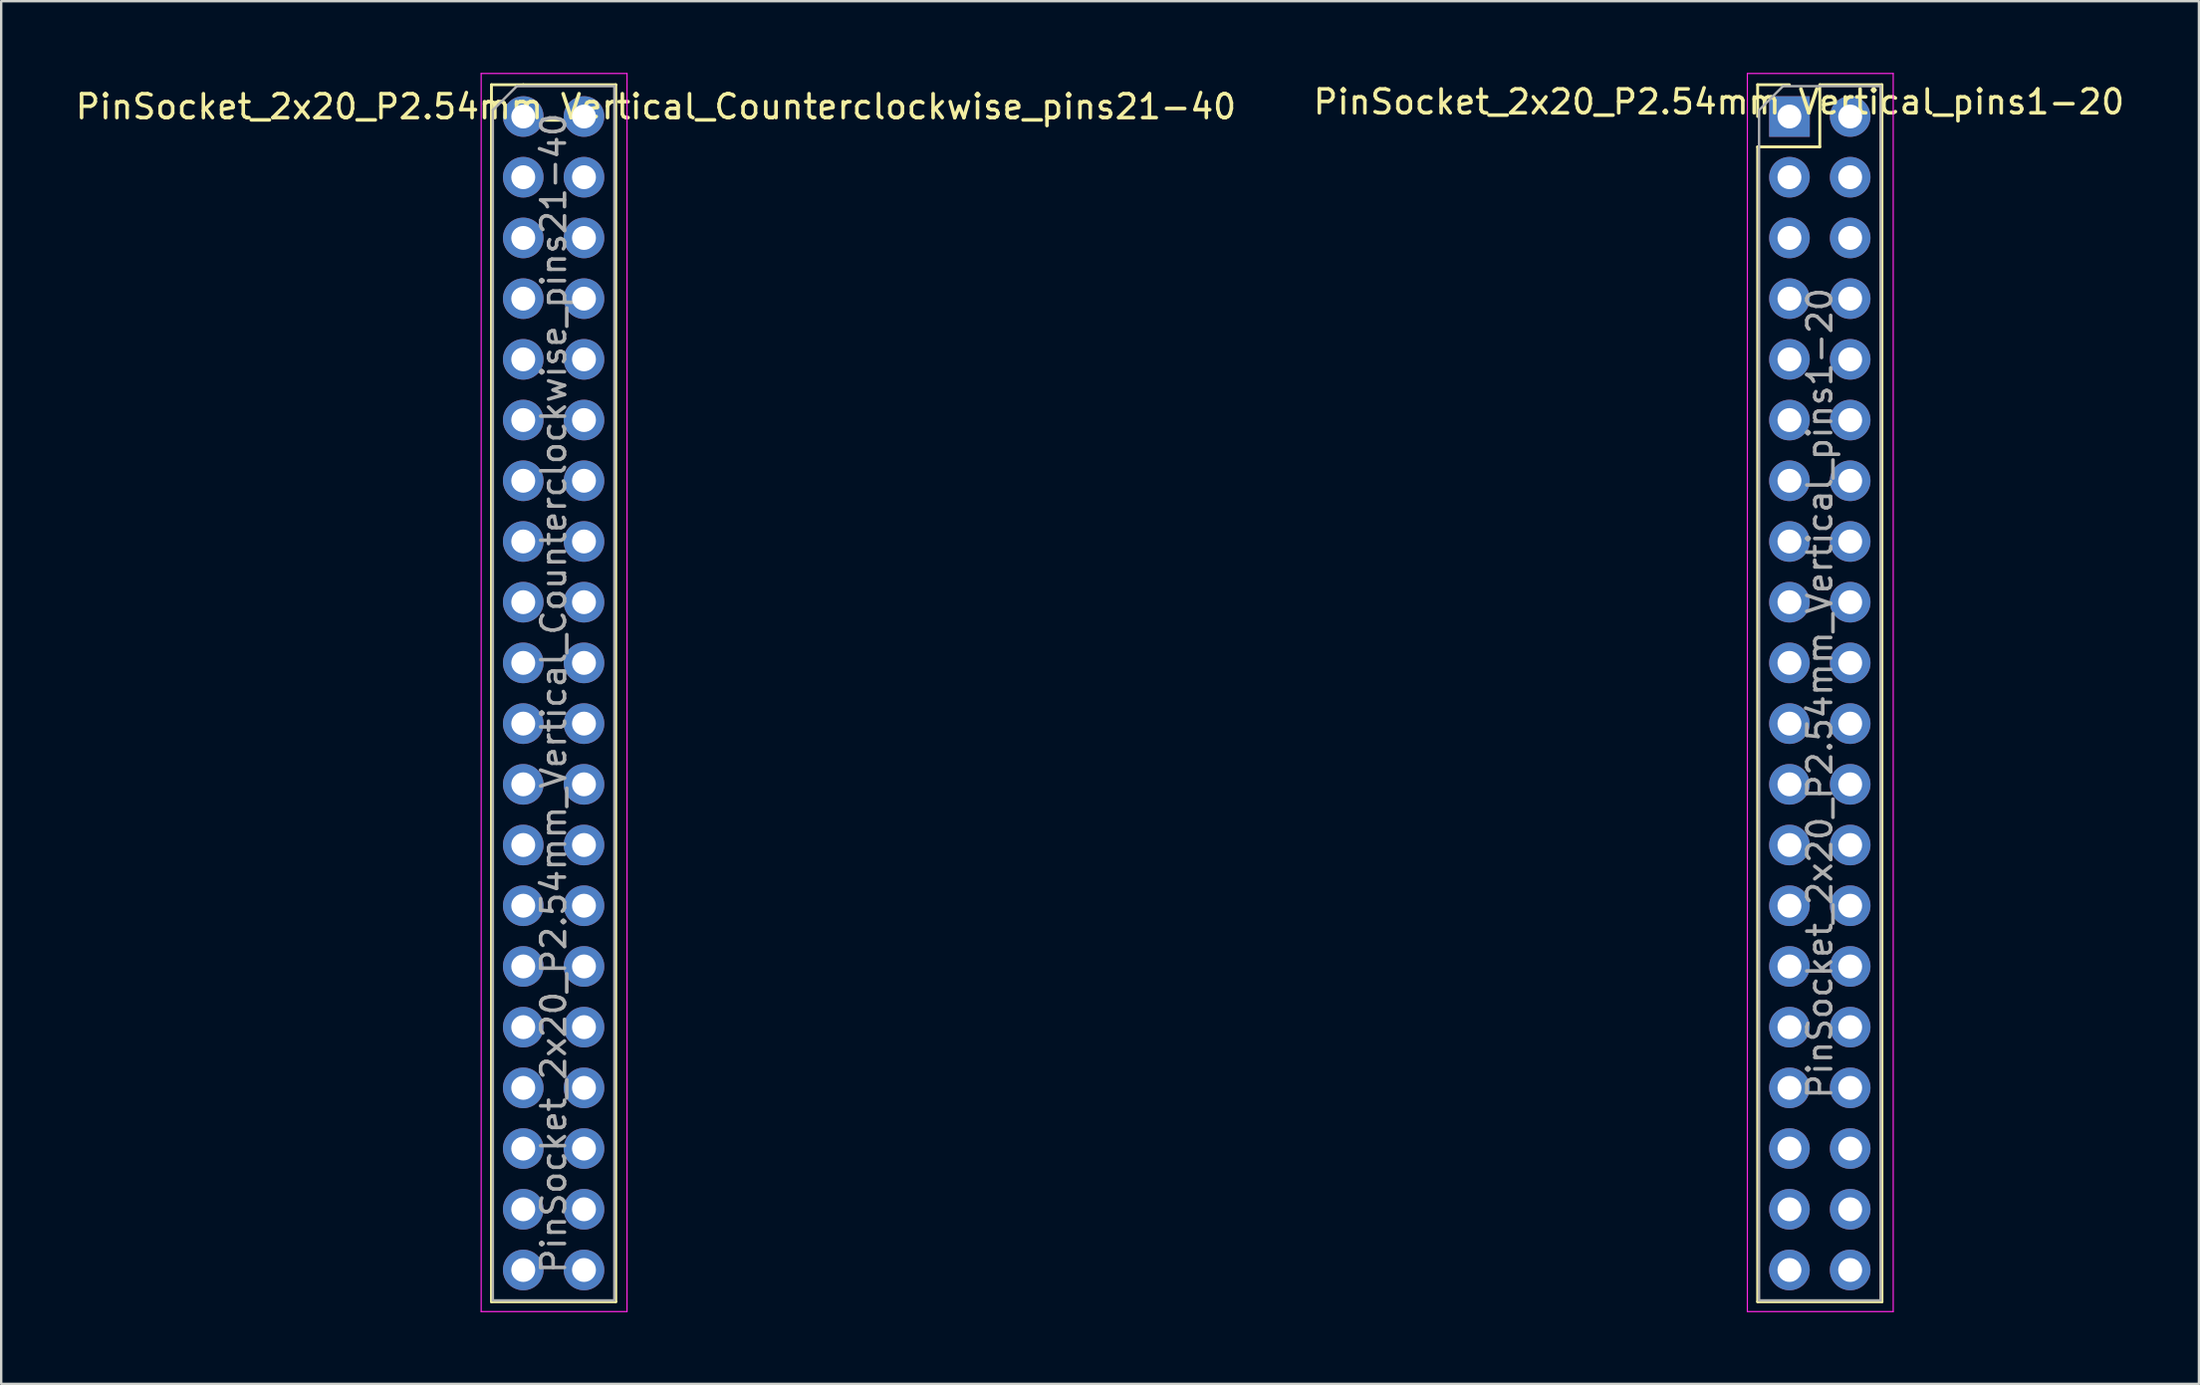
<source format=kicad_pcb>
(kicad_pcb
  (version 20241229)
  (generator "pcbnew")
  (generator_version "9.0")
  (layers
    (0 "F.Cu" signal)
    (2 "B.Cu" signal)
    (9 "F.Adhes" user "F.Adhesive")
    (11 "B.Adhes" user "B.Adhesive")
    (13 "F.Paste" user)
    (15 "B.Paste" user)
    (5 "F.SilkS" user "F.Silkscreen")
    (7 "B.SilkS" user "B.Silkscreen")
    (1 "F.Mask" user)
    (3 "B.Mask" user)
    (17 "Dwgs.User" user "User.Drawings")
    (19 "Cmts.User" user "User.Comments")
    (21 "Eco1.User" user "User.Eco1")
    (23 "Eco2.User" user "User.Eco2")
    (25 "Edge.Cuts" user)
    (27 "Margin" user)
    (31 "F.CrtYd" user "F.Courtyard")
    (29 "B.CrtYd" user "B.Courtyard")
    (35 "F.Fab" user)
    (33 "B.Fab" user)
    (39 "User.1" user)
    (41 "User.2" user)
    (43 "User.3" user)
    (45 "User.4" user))
  (footprint "PinSocket_2x20_P2.54mm_Vertical_Counterclockwise_pins21-40"
    (layer "F.Cu")
    (at 22.217 1.825)
    (property "Reference" "PinSocket_2x20_P2.54mm_Vertical_Counterclockwise_pins21-40" (at 2.17 -0.41 0) (layer "F.SilkS") (effects (font (size 1 1) (thickness 0.15))))
    (attr through_hole)
    (fp_line (start -4.71 -1.33) (end -4.71 0) (stroke (width 0.12) (type solid)) (layer "F.SilkS"))
    (fp_line (start -4.71 0) (end -4.71 49.59) (stroke (width 0.12) (type solid)) (layer "F.SilkS"))
    (fp_line (start -3.38 -1.33) (end -4.71 -1.33) (stroke (width 0.12) (type solid)) (layer "F.SilkS"))
    (fp_line (start 0.49 -1.33) (end -3.38 -1.33) (stroke (width 0.12) (type solid)) (layer "F.SilkS"))
    (fp_line (start 0.49 -1.33) (end 0.49 49.59) (stroke (width 0.12) (type solid)) (layer "F.SilkS"))
    (fp_line (start 0.49 49.59) (end -4.71 49.59) (stroke (width 0.12) (type solid)) (layer "F.SilkS"))
    (fp_line (start -5.14 -1.8) (end -5.14 50) (stroke (width 0.05) (type solid)) (layer "F.CrtYd"))
    (fp_line (start -5.14 50) (end 0.96 50) (stroke (width 0.05) (type solid)) (layer "F.CrtYd"))
    (fp_line (start 0.96 -1.8) (end -5.14 -1.8) (stroke (width 0.05) (type solid)) (layer "F.CrtYd"))
    (fp_line (start 0.96 50) (end 0.96 -1.8) (stroke (width 0.05) (type solid)) (layer "F.CrtYd"))
    (fp_line (start -4.65 -0.27) (end -4.65 49.53) (stroke (width 0.1) (type solid)) (layer "F.Fab"))
    (fp_line (start -4.65 49.53) (end 0.43 49.53) (stroke (width 0.1) (type solid)) (layer "F.Fab"))
    (fp_line (start -3.65 -1.27) (end -4.65 -0.27) (stroke (width 0.1) (type solid)) (layer "F.Fab"))
    (fp_line (start 0.43 -1.27) (end -3.65 -1.27) (stroke (width 0.1) (type solid)) (layer "F.Fab"))
    (fp_line (start 0.43 49.53) (end 0.43 -1.27) (stroke (width 0.1) (type solid)) (layer "F.Fab"))
    (fp_text user "${REFERENCE}" (at -2.11 24.13 90) (layer "F.Fab") (effects (font (size 1 1) (thickness 0.15))))
    (pad "21" thru_hole oval (at -3.38 48.26) (size 1.7 1.7) (drill 1) (layers "*.Cu" "*.Mask"))
    (pad "21" thru_hole oval (at -0.84 48.26) (size 1.7 1.7) (drill 1) (layers "*.Cu" "*.Mask"))
    (pad "22" thru_hole oval (at -3.38 45.72) (size 1.7 1.7) (drill 1) (layers "*.Cu" "*.Mask"))
    (pad "22" thru_hole oval (at -0.84 45.72) (size 1.7 1.7) (drill 1) (layers "*.Cu" "*.Mask"))
    (pad "23" thru_hole oval (at -3.38 43.18) (size 1.7 1.7) (drill 1) (layers "*.Cu" "*.Mask"))
    (pad "23" thru_hole oval (at -0.84 43.18) (size 1.7 1.7) (drill 1) (layers "*.Cu" "*.Mask"))
    (pad "24" thru_hole oval (at -3.38 40.64) (size 1.7 1.7) (drill 1) (layers "*.Cu" "*.Mask"))
    (pad "24" thru_hole oval (at -0.84 40.64) (size 1.7 1.7) (drill 1) (layers "*.Cu" "*.Mask"))
    (pad "25" thru_hole oval (at -3.38 38.1) (size 1.7 1.7) (drill 1) (layers "*.Cu" "*.Mask"))
    (pad "25" thru_hole oval (at -0.84 38.1) (size 1.7 1.7) (drill 1) (layers "*.Cu" "*.Mask"))
    (pad "26" thru_hole oval (at -3.38 35.56) (size 1.7 1.7) (drill 1) (layers "*.Cu" "*.Mask"))
    (pad "26" thru_hole oval (at -0.84 35.56) (size 1.7 1.7) (drill 1) (layers "*.Cu" "*.Mask"))
    (pad "27" thru_hole oval (at -3.38 33.02) (size 1.7 1.7) (drill 1) (layers "*.Cu" "*.Mask"))
    (pad "27" thru_hole oval (at -0.84 33.02) (size 1.7 1.7) (drill 1) (layers "*.Cu" "*.Mask"))
    (pad "28" thru_hole oval (at -3.38 30.48) (size 1.7 1.7) (drill 1) (layers "*.Cu" "*.Mask"))
    (pad "28" thru_hole oval (at -0.84 30.48) (size 1.7 1.7) (drill 1) (layers "*.Cu" "*.Mask"))
    (pad "29" thru_hole oval (at -3.38 27.94) (size 1.7 1.7) (drill 1) (layers "*.Cu" "*.Mask"))
    (pad "29" thru_hole oval (at -0.84 27.94) (size 1.7 1.7) (drill 1) (layers "*.Cu" "*.Mask"))
    (pad "30" thru_hole oval (at -3.38 25.4) (size 1.7 1.7) (drill 1) (layers "*.Cu" "*.Mask"))
    (pad "30" thru_hole oval (at -0.84 25.4) (size 1.7 1.7) (drill 1) (layers "*.Cu" "*.Mask"))
    (pad "31" thru_hole oval (at -3.38 22.86) (size 1.7 1.7) (drill 1) (layers "*.Cu" "*.Mask"))
    (pad "31" thru_hole oval (at -0.84 22.86) (size 1.7 1.7) (drill 1) (layers "*.Cu" "*.Mask"))
    (pad "32" thru_hole oval (at -3.38 20.32) (size 1.7 1.7) (drill 1) (layers "*.Cu" "*.Mask"))
    (pad "32" thru_hole oval (at -0.84 20.32) (size 1.7 1.7) (drill 1) (layers "*.Cu" "*.Mask"))
    (pad "33" thru_hole oval (at -3.38 17.78) (size 1.7 1.7) (drill 1) (layers "*.Cu" "*.Mask"))
    (pad "33" thru_hole oval (at -0.84 17.78) (size 1.7 1.7) (drill 1) (layers "*.Cu" "*.Mask"))
    (pad "34" thru_hole oval (at -3.38 15.24) (size 1.7 1.7) (drill 1) (layers "*.Cu" "*.Mask"))
    (pad "34" thru_hole oval (at -0.84 15.24) (size 1.7 1.7) (drill 1) (layers "*.Cu" "*.Mask"))
    (pad "35" thru_hole oval (at -3.38 12.7) (size 1.7 1.7) (drill 1) (layers "*.Cu" "*.Mask"))
    (pad "35" thru_hole oval (at -0.84 12.7) (size 1.7 1.7) (drill 1) (layers "*.Cu" "*.Mask"))
    (pad "36" thru_hole oval (at -3.38 10.16) (size 1.7 1.7) (drill 1) (layers "*.Cu" "*.Mask"))
    (pad "36" thru_hole oval (at -0.84 10.16) (size 1.7 1.7) (drill 1) (layers "*.Cu" "*.Mask"))
    (pad "37" thru_hole oval (at -3.38 7.62) (size 1.7 1.7) (drill 1) (layers "*.Cu" "*.Mask"))
    (pad "37" thru_hole oval (at -0.84 7.62) (size 1.7 1.7) (drill 1) (layers "*.Cu" "*.Mask"))
    (pad "38" thru_hole oval (at -3.38 5.08) (size 1.7 1.7) (drill 1) (layers "*.Cu" "*.Mask"))
    (pad "38" thru_hole oval (at -0.84 5.08) (size 1.7 1.7) (drill 1) (layers "*.Cu" "*.Mask"))
    (pad "39" thru_hole oval (at -3.38 2.54) (size 1.7 1.7) (drill 1) (layers "*.Cu" "*.Mask"))
    (pad "39" thru_hole oval (at -0.84 2.54) (size 1.7 1.7) (drill 1) (layers "*.Cu" "*.Mask"))
    (pad "40" thru_hole circle (at -3.38 0) (size 1.7 1.7) (drill 1) (layers "*.Cu" "*.Mask"))
    (pad "40" thru_hole oval (at -0.84 0) (size 1.7 1.7) (drill 1) (layers "*.Cu" "*.Mask")))
  (footprint "PinSocket_2x20_P2.54mm_Vertical_pins1-20"
    (layer "F.Cu")
    (at 75.181 1.825)
    (property "Reference" "PinSocket_2x20_P2.54mm_Vertical_pins1-20" (at -6.33 -0.61 0) (layer "F.SilkS") (effects (font (size 1 1) (thickness 0.15))))
    (attr through_hole)
    (fp_line (start -4.71 -1.33) (end -4.71 0) (stroke (width 0.12) (type solid)) (layer "F.SilkS"))
    (fp_line (start -4.71 1.27) (end -4.71 49.59) (stroke (width 0.12) (type solid)) (layer "F.SilkS"))
    (fp_line (start -3.38 -1.33) (end -4.71 -1.33) (stroke (width 0.12) (type solid)) (layer "F.SilkS"))
    (fp_line (start -2.11 -1.33) (end -2.11 1.27) (stroke (width 0.12) (type solid)) (layer "F.SilkS"))
    (fp_line (start -2.11 1.27) (end -4.71 1.27) (stroke (width 0.12) (type solid)) (layer "F.SilkS"))
    (fp_line (start 0.49 -1.33) (end -2.11 -1.33) (stroke (width 0.12) (type solid)) (layer "F.SilkS"))
    (fp_line (start 0.49 -1.33) (end 0.49 49.59) (stroke (width 0.12) (type solid)) (layer "F.SilkS"))
    (fp_line (start 0.49 49.59) (end -4.71 49.59) (stroke (width 0.12) (type solid)) (layer "F.SilkS"))
    (fp_line (start -5.14 -1.8) (end -5.14 50) (stroke (width 0.05) (type solid)) (layer "F.CrtYd"))
    (fp_line (start -5.14 50) (end 0.96 50) (stroke (width 0.05) (type solid)) (layer "F.CrtYd"))
    (fp_line (start 0.96 -1.8) (end -5.14 -1.8) (stroke (width 0.05) (type solid)) (layer "F.CrtYd"))
    (fp_line (start 0.96 50) (end 0.96 -1.8) (stroke (width 0.05) (type solid)) (layer "F.CrtYd"))
    (fp_line (start -4.65 -0.27) (end -4.65 49.53) (stroke (width 0.1) (type solid)) (layer "F.Fab"))
    (fp_line (start -4.65 49.53) (end 0.43 49.53) (stroke (width 0.1) (type solid)) (layer "F.Fab"))
    (fp_line (start -3.65 -1.27) (end -4.65 -0.27) (stroke (width 0.1) (type solid)) (layer "F.Fab"))
    (fp_line (start 0.43 -1.27) (end -3.65 -1.27) (stroke (width 0.1) (type solid)) (layer "F.Fab"))
    (fp_line (start 0.43 49.53) (end 0.43 -1.27) (stroke (width 0.1) (type solid)) (layer "F.Fab"))
    (fp_text user "${REFERENCE}" (at -2.11 24.13 90) (layer "F.Fab") (effects (font (size 1 1) (thickness 0.15))))
    (pad "1" thru_hole rect (at -3.38 0) (size 1.7 1.7) (drill 1) (layers "*.Cu" "*.Mask"))
    (pad "1" thru_hole oval (at -0.84 0) (size 1.7 1.7) (drill 1) (layers "*.Cu" "*.Mask"))
    (pad "2" thru_hole oval (at -3.38 2.54) (size 1.7 1.7) (drill 1) (layers "*.Cu" "*.Mask"))
    (pad "2" thru_hole oval (at -0.84 2.54) (size 1.7 1.7) (drill 1) (layers "*.Cu" "*.Mask"))
    (pad "3" thru_hole oval (at -3.38 5.08) (size 1.7 1.7) (drill 1) (layers "*.Cu" "*.Mask"))
    (pad "3" thru_hole oval (at -0.84 5.08) (size 1.7 1.7) (drill 1) (layers "*.Cu" "*.Mask"))
    (pad "4" thru_hole oval (at -3.38 7.62) (size 1.7 1.7) (drill 1) (layers "*.Cu" "*.Mask"))
    (pad "4" thru_hole oval (at -0.84 7.62) (size 1.7 1.7) (drill 1) (layers "*.Cu" "*.Mask"))
    (pad "5" thru_hole oval (at -3.38 10.16) (size 1.7 1.7) (drill 1) (layers "*.Cu" "*.Mask"))
    (pad "5" thru_hole oval (at -0.84 10.16) (size 1.7 1.7) (drill 1) (layers "*.Cu" "*.Mask"))
    (pad "6" thru_hole oval (at -3.38 12.7) (size 1.7 1.7) (drill 1) (layers "*.Cu" "*.Mask"))
    (pad "6" thru_hole oval (at -0.84 12.7) (size 1.7 1.7) (drill 1) (layers "*.Cu" "*.Mask"))
    (pad "7" thru_hole oval (at -3.38 15.24) (size 1.7 1.7) (drill 1) (layers "*.Cu" "*.Mask"))
    (pad "7" thru_hole oval (at -0.84 15.24) (size 1.7 1.7) (drill 1) (layers "*.Cu" "*.Mask"))
    (pad "8" thru_hole oval (at -3.38 17.78) (size 1.7 1.7) (drill 1) (layers "*.Cu" "*.Mask"))
    (pad "8" thru_hole oval (at -0.84 17.78) (size 1.7 1.7) (drill 1) (layers "*.Cu" "*.Mask"))
    (pad "9" thru_hole oval (at -3.38 20.32) (size 1.7 1.7) (drill 1) (layers "*.Cu" "*.Mask"))
    (pad "9" thru_hole oval (at -0.84 20.32) (size 1.7 1.7) (drill 1) (layers "*.Cu" "*.Mask"))
    (pad "10" thru_hole oval (at -3.38 22.86) (size 1.7 1.7) (drill 1) (layers "*.Cu" "*.Mask"))
    (pad "10" thru_hole oval (at -0.84 22.86) (size 1.7 1.7) (drill 1) (layers "*.Cu" "*.Mask"))
    (pad "11" thru_hole oval (at -3.38 25.4) (size 1.7 1.7) (drill 1) (layers "*.Cu" "*.Mask"))
    (pad "11" thru_hole oval (at -0.84 25.4) (size 1.7 1.7) (drill 1) (layers "*.Cu" "*.Mask"))
    (pad "12" thru_hole oval (at -3.38 27.94) (size 1.7 1.7) (drill 1) (layers "*.Cu" "*.Mask"))
    (pad "12" thru_hole oval (at -0.84 27.94) (size 1.7 1.7) (drill 1) (layers "*.Cu" "*.Mask"))
    (pad "13" thru_hole oval (at -3.38 30.48) (size 1.7 1.7) (drill 1) (layers "*.Cu" "*.Mask"))
    (pad "13" thru_hole oval (at -0.84 30.48) (size 1.7 1.7) (drill 1) (layers "*.Cu" "*.Mask"))
    (pad "14" thru_hole oval (at -3.38 33.02) (size 1.7 1.7) (drill 1) (layers "*.Cu" "*.Mask"))
    (pad "14" thru_hole oval (at -0.84 33.02) (size 1.7 1.7) (drill 1) (layers "*.Cu" "*.Mask"))
    (pad "15" thru_hole oval (at -3.38 35.56) (size 1.7 1.7) (drill 1) (layers "*.Cu" "*.Mask"))
    (pad "15" thru_hole oval (at -0.84 35.56) (size 1.7 1.7) (drill 1) (layers "*.Cu" "*.Mask"))
    (pad "16" thru_hole oval (at -3.38 38.1) (size 1.7 1.7) (drill 1) (layers "*.Cu" "*.Mask"))
    (pad "16" thru_hole oval (at -0.84 38.1) (size 1.7 1.7) (drill 1) (layers "*.Cu" "*.Mask"))
    (pad "17" thru_hole oval (at -3.38 40.64) (size 1.7 1.7) (drill 1) (layers "*.Cu" "*.Mask"))
    (pad "17" thru_hole oval (at -0.84 40.64) (size 1.7 1.7) (drill 1) (layers "*.Cu" "*.Mask"))
    (pad "18" thru_hole oval (at -3.38 43.18) (size 1.7 1.7) (drill 1) (layers "*.Cu" "*.Mask"))
    (pad "18" thru_hole oval (at -0.84 43.18) (size 1.7 1.7) (drill 1) (layers "*.Cu" "*.Mask"))
    (pad "19" thru_hole oval (at -3.38 45.72) (size 1.7 1.7) (drill 1) (layers "*.Cu" "*.Mask"))
    (pad "19" thru_hole oval (at -0.84 45.72) (size 1.7 1.7) (drill 1) (layers "*.Cu" "*.Mask"))
    (pad "20" thru_hole oval (at -3.38 48.26) (size 1.7 1.7) (drill 1) (layers "*.Cu" "*.Mask"))
    (pad "20" thru_hole oval (at -0.84 48.26) (size 1.7 1.7) (drill 1) (layers "*.Cu" "*.Mask")))
  (gr_rect
    (start -3 -3)
    (end 88.929 54.85)
    (stroke (width 0.1) (type default))
    (fill no)
    (layer "Edge.Cuts")))
</source>
